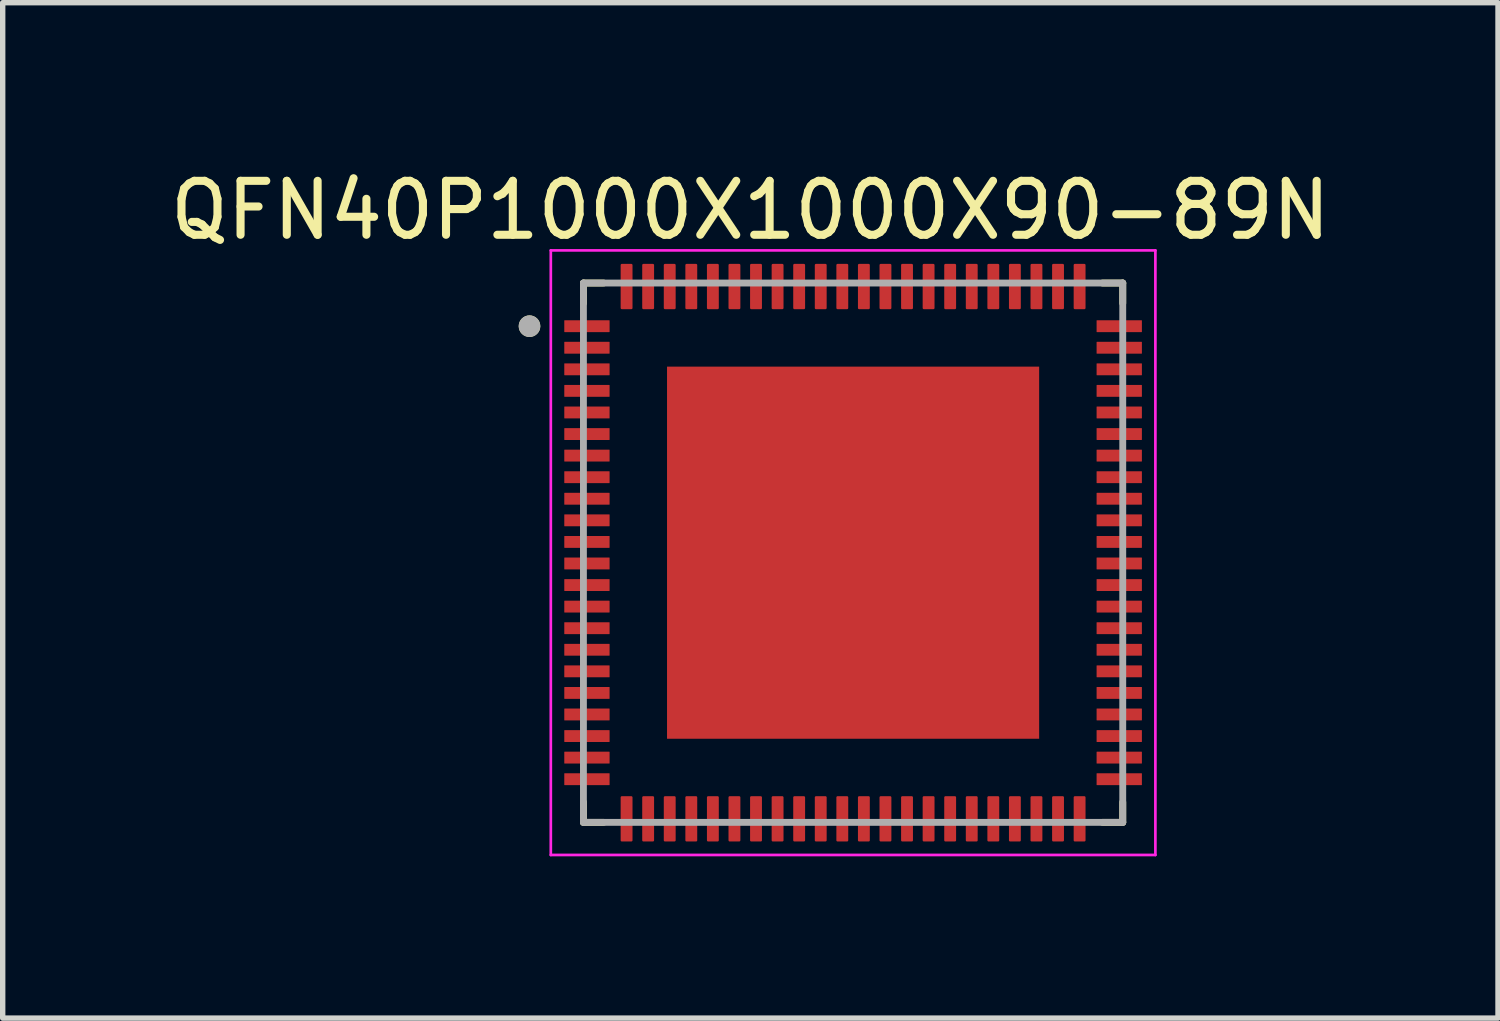
<source format=kicad_pcb>
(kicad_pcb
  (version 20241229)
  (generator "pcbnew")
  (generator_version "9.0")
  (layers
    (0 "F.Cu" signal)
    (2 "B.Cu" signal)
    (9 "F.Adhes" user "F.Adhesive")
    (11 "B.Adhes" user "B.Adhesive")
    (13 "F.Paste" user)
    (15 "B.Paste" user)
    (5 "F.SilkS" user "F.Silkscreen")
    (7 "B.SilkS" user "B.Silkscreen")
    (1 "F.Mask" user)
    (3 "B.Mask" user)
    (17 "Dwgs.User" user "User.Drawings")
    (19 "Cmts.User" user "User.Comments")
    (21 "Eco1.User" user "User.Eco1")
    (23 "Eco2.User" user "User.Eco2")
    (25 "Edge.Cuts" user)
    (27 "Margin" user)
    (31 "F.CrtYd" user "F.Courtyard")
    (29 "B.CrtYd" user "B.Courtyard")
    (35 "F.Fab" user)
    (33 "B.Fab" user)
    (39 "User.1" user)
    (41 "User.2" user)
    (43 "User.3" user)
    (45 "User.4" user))
  (footprint "QFN40P1000X1000X90-89N"
    (layer "F.Cu")
    (at 12.768 7.198)
    (property "Reference" "QFN40P1000X1000X90-89N" (at -1.905 -6.35 0) (layer "F.SilkS") (effects (font (size 1 1) (thickness 0.15))))
    (attr smd)
    (fp_line (start -5 -5) (end -5 -4.625) (stroke (width 0.127) (type solid)) (layer "F.SilkS"))
    (fp_line (start -5 -5) (end -4.625 -5) (stroke (width 0.127) (type solid)) (layer "F.SilkS"))
    (fp_line (start -5 5) (end -5 4.625) (stroke (width 0.127) (type solid)) (layer "F.SilkS"))
    (fp_line (start -5 5) (end -4.625 5) (stroke (width 0.127) (type solid)) (layer "F.SilkS"))
    (fp_line (start 5 -5) (end 4.625 -5) (stroke (width 0.127) (type solid)) (layer "F.SilkS"))
    (fp_line (start 5 -5) (end 5 -4.625) (stroke (width 0.127) (type solid)) (layer "F.SilkS"))
    (fp_line (start 5 5) (end 4.625 5) (stroke (width 0.127) (type solid)) (layer "F.SilkS"))
    (fp_line (start 5 5) (end 5 4.625) (stroke (width 0.127) (type solid)) (layer "F.SilkS"))
    (fp_circle (center -6 -4.2) (end -5.9 -4.2) (stroke (width 0.2) (type solid)) (fill no) (layer "F.SilkS"))
    (fp_poly (pts (xy -3.025 -3.025) (xy -1.575 -3.025) (xy -1.575 -1.575) (xy -3.025 -1.575)) (stroke (width 0.01) (type solid)) (fill yes) (layer "F.Paste"))
    (fp_poly (pts (xy -3.025 -0.725) (xy -1.575 -0.725) (xy -1.575 0.725) (xy -3.025 0.725)) (stroke (width 0.01) (type solid)) (fill yes) (layer "F.Paste"))
    (fp_poly (pts (xy -3.025 1.575) (xy -1.575 1.575) (xy -1.575 3.025) (xy -3.025 3.025)) (stroke (width 0.01) (type solid)) (fill yes) (layer "F.Paste"))
    (fp_poly (pts (xy -0.725 -3.025) (xy 0.725 -3.025) (xy 0.725 -1.575) (xy -0.725 -1.575)) (stroke (width 0.01) (type solid)) (fill yes) (layer "F.Paste"))
    (fp_poly (pts (xy -0.725 -0.725) (xy 0.725 -0.725) (xy 0.725 0.725) (xy -0.725 0.725)) (stroke (width 0.01) (type solid)) (fill yes) (layer "F.Paste"))
    (fp_poly (pts (xy -0.725 1.575) (xy 0.725 1.575) (xy 0.725 3.025) (xy -0.725 3.025)) (stroke (width 0.01) (type solid)) (fill yes) (layer "F.Paste"))
    (fp_poly (pts (xy 1.575 -3.025) (xy 3.025 -3.025) (xy 3.025 -1.575) (xy 1.575 -1.575)) (stroke (width 0.01) (type solid)) (fill yes) (layer "F.Paste"))
    (fp_poly (pts (xy 1.575 -0.725) (xy 3.025 -0.725) (xy 3.025 0.725) (xy 1.575 0.725)) (stroke (width 0.01) (type solid)) (fill yes) (layer "F.Paste"))
    (fp_poly (pts (xy 1.575 1.575) (xy 3.025 1.575) (xy 3.025 3.025) (xy 1.575 3.025)) (stroke (width 0.01) (type solid)) (fill yes) (layer "F.Paste"))
    (fp_line (start -5.605 -5.605) (end 5.605 -5.605) (stroke (width 0.05) (type solid)) (layer "F.CrtYd"))
    (fp_line (start -5.605 5.605) (end -5.605 -5.605) (stroke (width 0.05) (type solid)) (layer "F.CrtYd"))
    (fp_line (start 5.605 -5.605) (end 5.605 5.605) (stroke (width 0.05) (type solid)) (layer "F.CrtYd"))
    (fp_line (start 5.605 5.605) (end -5.605 5.605) (stroke (width 0.05) (type solid)) (layer "F.CrtYd"))
    (fp_line (start -5 -5) (end 5 -5) (stroke (width 0.127) (type solid)) (layer "F.Fab"))
    (fp_line (start -5 5) (end -5 -5) (stroke (width 0.127) (type solid)) (layer "F.Fab"))
    (fp_line (start 5 -5) (end 5 5) (stroke (width 0.127) (type solid)) (layer "F.Fab"))
    (fp_line (start 5 5) (end -5 5) (stroke (width 0.127) (type solid)) (layer "F.Fab"))
    (fp_circle (center -6 -4.2) (end -5.9 -4.2) (stroke (width 0.2) (type solid)) (fill no) (layer "F.Fab"))
    (pad "1" smd roundrect (at -4.935 -4.2) (size 0.84 0.22) (layers "F.Cu" "F.Mask" "F.Paste") (roundrect_rratio 0.03))
    (pad "2" smd roundrect (at -4.935 -3.8) (size 0.84 0.22) (layers "F.Cu" "F.Mask" "F.Paste") (roundrect_rratio 0.03))
    (pad "3" smd roundrect (at -4.935 -3.4) (size 0.84 0.22) (layers "F.Cu" "F.Mask" "F.Paste") (roundrect_rratio 0.03))
    (pad "4" smd roundrect (at -4.935 -3) (size 0.84 0.22) (layers "F.Cu" "F.Mask" "F.Paste") (roundrect_rratio 0.03))
    (pad "5" smd roundrect (at -4.935 -2.6) (size 0.84 0.22) (layers "F.Cu" "F.Mask" "F.Paste") (roundrect_rratio 0.03))
    (pad "6" smd roundrect (at -4.935 -2.2) (size 0.84 0.22) (layers "F.Cu" "F.Mask" "F.Paste") (roundrect_rratio 0.03))
    (pad "7" smd roundrect (at -4.935 -1.8) (size 0.84 0.22) (layers "F.Cu" "F.Mask" "F.Paste") (roundrect_rratio 0.03))
    (pad "8" smd roundrect (at -4.935 -1.4) (size 0.84 0.22) (layers "F.Cu" "F.Mask" "F.Paste") (roundrect_rratio 0.03))
    (pad "9" smd roundrect (at -4.935 -1) (size 0.84 0.22) (layers "F.Cu" "F.Mask" "F.Paste") (roundrect_rratio 0.03))
    (pad "10" smd roundrect (at -4.935 -0.6) (size 0.84 0.22) (layers "F.Cu" "F.Mask" "F.Paste") (roundrect_rratio 0.03))
    (pad "11" smd roundrect (at -4.935 -0.2) (size 0.84 0.22) (layers "F.Cu" "F.Mask" "F.Paste") (roundrect_rratio 0.03))
    (pad "12" smd roundrect (at -4.935 0.2) (size 0.84 0.22) (layers "F.Cu" "F.Mask" "F.Paste") (roundrect_rratio 0.03))
    (pad "13" smd roundrect (at -4.935 0.6) (size 0.84 0.22) (layers "F.Cu" "F.Mask" "F.Paste") (roundrect_rratio 0.03))
    (pad "14" smd roundrect (at -4.935 1) (size 0.84 0.22) (layers "F.Cu" "F.Mask" "F.Paste") (roundrect_rratio 0.03))
    (pad "15" smd roundrect (at -4.935 1.4) (size 0.84 0.22) (layers "F.Cu" "F.Mask" "F.Paste") (roundrect_rratio 0.03))
    (pad "16" smd roundrect (at -4.935 1.8) (size 0.84 0.22) (layers "F.Cu" "F.Mask" "F.Paste") (roundrect_rratio 0.03))
    (pad "17" smd roundrect (at -4.935 2.2) (size 0.84 0.22) (layers "F.Cu" "F.Mask" "F.Paste") (roundrect_rratio 0.03))
    (pad "18" smd roundrect (at -4.935 2.6) (size 0.84 0.22) (layers "F.Cu" "F.Mask" "F.Paste") (roundrect_rratio 0.03))
    (pad "19" smd roundrect (at -4.935 3) (size 0.84 0.22) (layers "F.Cu" "F.Mask" "F.Paste") (roundrect_rratio 0.03))
    (pad "20" smd roundrect (at -4.935 3.4) (size 0.84 0.22) (layers "F.Cu" "F.Mask" "F.Paste") (roundrect_rratio 0.03))
    (pad "21" smd roundrect (at -4.935 3.8) (size 0.84 0.22) (layers "F.Cu" "F.Mask" "F.Paste") (roundrect_rratio 0.03))
    (pad "22" smd roundrect (at -4.935 4.2) (size 0.84 0.22) (layers "F.Cu" "F.Mask" "F.Paste") (roundrect_rratio 0.03))
    (pad "23" smd roundrect (at -4.2 4.935) (size 0.22 0.84) (layers "F.Cu" "F.Mask" "F.Paste") (roundrect_rratio 0.1))
    (pad "24" smd roundrect (at -3.8 4.935) (size 0.22 0.84) (layers "F.Cu" "F.Mask" "F.Paste") (roundrect_rratio 0.1))
    (pad "25" smd roundrect (at -3.4 4.935) (size 0.22 0.84) (layers "F.Cu" "F.Mask" "F.Paste") (roundrect_rratio 0.1))
    (pad "26" smd roundrect (at -3 4.935) (size 0.22 0.84) (layers "F.Cu" "F.Mask" "F.Paste") (roundrect_rratio 0.1))
    (pad "27" smd roundrect (at -2.6 4.935) (size 0.22 0.84) (layers "F.Cu" "F.Mask" "F.Paste") (roundrect_rratio 0.1))
    (pad "28" smd roundrect (at -2.2 4.935) (size 0.22 0.84) (layers "F.Cu" "F.Mask" "F.Paste") (roundrect_rratio 0.1))
    (pad "29" smd roundrect (at -1.8 4.935) (size 0.22 0.84) (layers "F.Cu" "F.Mask" "F.Paste") (roundrect_rratio 0.1))
    (pad "30" smd roundrect (at -1.4 4.935) (size 0.22 0.84) (layers "F.Cu" "F.Mask" "F.Paste") (roundrect_rratio 0.1))
    (pad "31" smd roundrect (at -1 4.935) (size 0.22 0.84) (layers "F.Cu" "F.Mask" "F.Paste") (roundrect_rratio 0.1))
    (pad "32" smd roundrect (at -0.6 4.935) (size 0.22 0.84) (layers "F.Cu" "F.Mask" "F.Paste") (roundrect_rratio 0.1))
    (pad "33" smd roundrect (at -0.2 4.935) (size 0.22 0.84) (layers "F.Cu" "F.Mask" "F.Paste") (roundrect_rratio 0.1))
    (pad "34" smd roundrect (at 0.2 4.935) (size 0.22 0.84) (layers "F.Cu" "F.Mask" "F.Paste") (roundrect_rratio 0.1))
    (pad "35" smd roundrect (at 0.6 4.935) (size 0.22 0.84) (layers "F.Cu" "F.Mask" "F.Paste") (roundrect_rratio 0.1))
    (pad "36" smd roundrect (at 1 4.935) (size 0.22 0.84) (layers "F.Cu" "F.Mask" "F.Paste") (roundrect_rratio 0.1))
    (pad "37" smd roundrect (at 1.4 4.935) (size 0.22 0.84) (layers "F.Cu" "F.Mask" "F.Paste") (roundrect_rratio 0.1))
    (pad "38" smd roundrect (at 1.8 4.935) (size 0.22 0.84) (layers "F.Cu" "F.Mask" "F.Paste") (roundrect_rratio 0.1))
    (pad "39" smd roundrect (at 2.2 4.935) (size 0.22 0.84) (layers "F.Cu" "F.Mask" "F.Paste") (roundrect_rratio 0.1))
    (pad "40" smd roundrect (at 2.6 4.935) (size 0.22 0.84) (layers "F.Cu" "F.Mask" "F.Paste") (roundrect_rratio 0.1))
    (pad "41" smd roundrect (at 3 4.935) (size 0.22 0.84) (layers "F.Cu" "F.Mask" "F.Paste") (roundrect_rratio 0.1))
    (pad "42" smd roundrect (at 3.4 4.935) (size 0.22 0.84) (layers "F.Cu" "F.Mask" "F.Paste") (roundrect_rratio 0.1))
    (pad "43" smd roundrect (at 3.8 4.935) (size 0.22 0.84) (layers "F.Cu" "F.Mask" "F.Paste") (roundrect_rratio 0.1))
    (pad "44" smd roundrect (at 4.2 4.935) (size 0.22 0.84) (layers "F.Cu" "F.Mask" "F.Paste") (roundrect_rratio 0.1))
    (pad "45" smd roundrect (at 4.935 4.2) (size 0.84 0.22) (layers "F.Cu" "F.Mask" "F.Paste") (roundrect_rratio 0.03))
    (pad "46" smd roundrect (at 4.935 3.8) (size 0.84 0.22) (layers "F.Cu" "F.Mask" "F.Paste") (roundrect_rratio 0.03))
    (pad "47" smd roundrect (at 4.935 3.4) (size 0.84 0.22) (layers "F.Cu" "F.Mask" "F.Paste") (roundrect_rratio 0.03))
    (pad "48" smd roundrect (at 4.935 3) (size 0.84 0.22) (layers "F.Cu" "F.Mask" "F.Paste") (roundrect_rratio 0.03))
    (pad "49" smd roundrect (at 4.935 2.6) (size 0.84 0.22) (layers "F.Cu" "F.Mask" "F.Paste") (roundrect_rratio 0.03))
    (pad "50" smd roundrect (at 4.935 2.2) (size 0.84 0.22) (layers "F.Cu" "F.Mask" "F.Paste") (roundrect_rratio 0.03))
    (pad "51" smd roundrect (at 4.935 1.8) (size 0.84 0.22) (layers "F.Cu" "F.Mask" "F.Paste") (roundrect_rratio 0.03))
    (pad "52" smd roundrect (at 4.935 1.4) (size 0.84 0.22) (layers "F.Cu" "F.Mask" "F.Paste") (roundrect_rratio 0.03))
    (pad "53" smd roundrect (at 4.935 1) (size 0.84 0.22) (layers "F.Cu" "F.Mask" "F.Paste") (roundrect_rratio 0.03))
    (pad "54" smd roundrect (at 4.935 0.6) (size 0.84 0.22) (layers "F.Cu" "F.Mask" "F.Paste") (roundrect_rratio 0.03))
    (pad "55" smd roundrect (at 4.935 0.2) (size 0.84 0.22) (layers "F.Cu" "F.Mask" "F.Paste") (roundrect_rratio 0.03))
    (pad "56" smd roundrect (at 4.935 -0.2) (size 0.84 0.22) (layers "F.Cu" "F.Mask" "F.Paste") (roundrect_rratio 0.03))
    (pad "57" smd roundrect (at 4.935 -0.6) (size 0.84 0.22) (layers "F.Cu" "F.Mask" "F.Paste") (roundrect_rratio 0.03))
    (pad "58" smd roundrect (at 4.935 -1) (size 0.84 0.22) (layers "F.Cu" "F.Mask" "F.Paste") (roundrect_rratio 0.03))
    (pad "59" smd roundrect (at 4.935 -1.4) (size 0.84 0.22) (layers "F.Cu" "F.Mask" "F.Paste") (roundrect_rratio 0.03))
    (pad "60" smd roundrect (at 4.935 -1.8) (size 0.84 0.22) (layers "F.Cu" "F.Mask" "F.Paste") (roundrect_rratio 0.03))
    (pad "61" smd roundrect (at 4.935 -2.2) (size 0.84 0.22) (layers "F.Cu" "F.Mask" "F.Paste") (roundrect_rratio 0.03))
    (pad "62" smd roundrect (at 4.935 -2.6) (size 0.84 0.22) (layers "F.Cu" "F.Mask" "F.Paste") (roundrect_rratio 0.03))
    (pad "63" smd roundrect (at 4.935 -3) (size 0.84 0.22) (layers "F.Cu" "F.Mask" "F.Paste") (roundrect_rratio 0.03))
    (pad "64" smd roundrect (at 4.935 -3.4) (size 0.84 0.22) (layers "F.Cu" "F.Mask" "F.Paste") (roundrect_rratio 0.03))
    (pad "65" smd roundrect (at 4.935 -3.8) (size 0.84 0.22) (layers "F.Cu" "F.Mask" "F.Paste") (roundrect_rratio 0.03))
    (pad "66" smd roundrect (at 4.935 -4.2) (size 0.84 0.22) (layers "F.Cu" "F.Mask" "F.Paste") (roundrect_rratio 0.03))
    (pad "67" smd roundrect (at 4.2 -4.935) (size 0.22 0.84) (layers "F.Cu" "F.Mask" "F.Paste") (roundrect_rratio 0.1))
    (pad "68" smd roundrect (at 3.8 -4.935) (size 0.22 0.84) (layers "F.Cu" "F.Mask" "F.Paste") (roundrect_rratio 0.1))
    (pad "69" smd roundrect (at 3.4 -4.935) (size 0.22 0.84) (layers "F.Cu" "F.Mask" "F.Paste") (roundrect_rratio 0.1))
    (pad "70" smd roundrect (at 3 -4.935) (size 0.22 0.84) (layers "F.Cu" "F.Mask" "F.Paste") (roundrect_rratio 0.1))
    (pad "71" smd roundrect (at 2.6 -4.935) (size 0.22 0.84) (layers "F.Cu" "F.Mask" "F.Paste") (roundrect_rratio 0.1))
    (pad "72" smd roundrect (at 2.2 -4.935) (size 0.22 0.84) (layers "F.Cu" "F.Mask" "F.Paste") (roundrect_rratio 0.1))
    (pad "73" smd roundrect (at 1.8 -4.935) (size 0.22 0.84) (layers "F.Cu" "F.Mask" "F.Paste") (roundrect_rratio 0.1))
    (pad "74" smd roundrect (at 1.4 -4.935) (size 0.22 0.84) (layers "F.Cu" "F.Mask" "F.Paste") (roundrect_rratio 0.1))
    (pad "75" smd roundrect (at 1 -4.935) (size 0.22 0.84) (layers "F.Cu" "F.Mask" "F.Paste") (roundrect_rratio 0.1))
    (pad "76" smd roundrect (at 0.6 -4.935) (size 0.22 0.84) (layers "F.Cu" "F.Mask" "F.Paste") (roundrect_rratio 0.1))
    (pad "77" smd roundrect (at 0.2 -4.935) (size 0.22 0.84) (layers "F.Cu" "F.Mask" "F.Paste") (roundrect_rratio 0.1))
    (pad "78" smd roundrect (at -0.2 -4.935) (size 0.22 0.84) (layers "F.Cu" "F.Mask" "F.Paste") (roundrect_rratio 0.1))
    (pad "79" smd roundrect (at -0.6 -4.935) (size 0.22 0.84) (layers "F.Cu" "F.Mask" "F.Paste") (roundrect_rratio 0.1))
    (pad "80" smd roundrect (at -1 -4.935) (size 0.22 0.84) (layers "F.Cu" "F.Mask" "F.Paste") (roundrect_rratio 0.1))
    (pad "81" smd roundrect (at -1.4 -4.935) (size 0.22 0.84) (layers "F.Cu" "F.Mask" "F.Paste") (roundrect_rratio 0.1))
    (pad "82" smd roundrect (at -1.8 -4.935) (size 0.22 0.84) (layers "F.Cu" "F.Mask" "F.Paste") (roundrect_rratio 0.1))
    (pad "83" smd roundrect (at -2.2 -4.935) (size 0.22 0.84) (layers "F.Cu" "F.Mask" "F.Paste") (roundrect_rratio 0.1))
    (pad "84" smd roundrect (at -2.6 -4.935) (size 0.22 0.84) (layers "F.Cu" "F.Mask" "F.Paste") (roundrect_rratio 0.1))
    (pad "85" smd roundrect (at -3 -4.935) (size 0.22 0.84) (layers "F.Cu" "F.Mask" "F.Paste") (roundrect_rratio 0.1))
    (pad "86" smd roundrect (at -3.4 -4.935) (size 0.22 0.84) (layers "F.Cu" "F.Mask" "F.Paste") (roundrect_rratio 0.1))
    (pad "87" smd roundrect (at -3.8 -4.935) (size 0.22 0.84) (layers "F.Cu" "F.Mask" "F.Paste") (roundrect_rratio 0.1))
    (pad "88" smd roundrect (at -4.2 -4.935) (size 0.22 0.84) (layers "F.Cu" "F.Mask" "F.Paste") (roundrect_rratio 0.1))
    (pad "89" smd rect (at 0 0) (size 6.9 6.9) (layers "F.Cu" "F.Mask")))
  (gr_rect
    (start -3 -3)
    (end 24.726 15.828)
    (stroke (width 0.1) (type default))
    (fill no)
    (layer "Edge.Cuts")))
</source>
